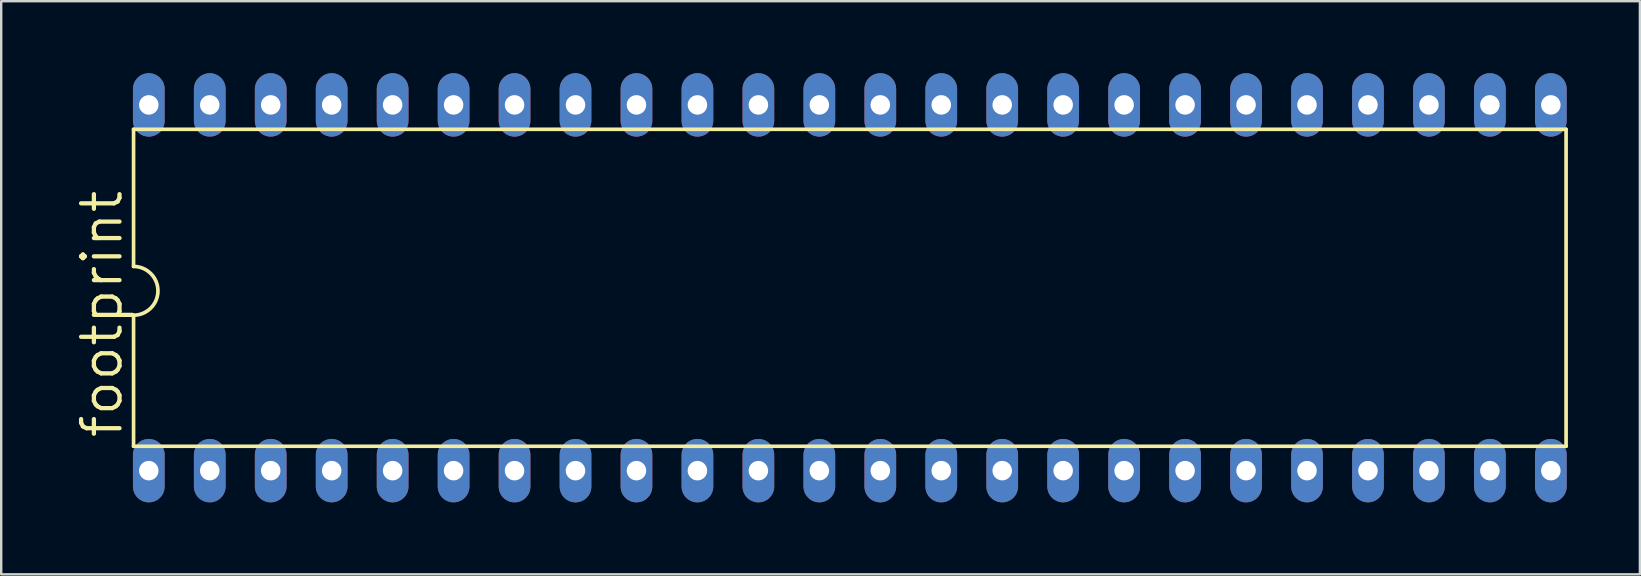
<source format=kicad_pcb>
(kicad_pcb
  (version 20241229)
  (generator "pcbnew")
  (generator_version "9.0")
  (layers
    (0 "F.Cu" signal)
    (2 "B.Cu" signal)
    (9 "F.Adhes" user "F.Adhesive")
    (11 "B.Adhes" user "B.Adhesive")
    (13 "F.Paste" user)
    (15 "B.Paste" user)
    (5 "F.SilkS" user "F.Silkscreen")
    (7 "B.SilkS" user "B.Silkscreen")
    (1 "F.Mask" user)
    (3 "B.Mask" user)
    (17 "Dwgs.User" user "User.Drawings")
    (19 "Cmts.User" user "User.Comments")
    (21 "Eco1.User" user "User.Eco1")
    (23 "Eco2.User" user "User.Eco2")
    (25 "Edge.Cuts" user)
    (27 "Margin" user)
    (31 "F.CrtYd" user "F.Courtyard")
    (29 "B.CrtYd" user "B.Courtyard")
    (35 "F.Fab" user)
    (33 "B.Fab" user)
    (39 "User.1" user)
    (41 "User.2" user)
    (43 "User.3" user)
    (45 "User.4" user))
  (footprint "footprint"
    (layer "F.Cu")
    (at 32.36 8.941)
    (property "Reference" "footprint" (at -30.226 6.35 90) (layer "F.SilkS") (effects (font (size 1.6 1.6) (thickness 0.178)) (justify left bottom)))
    (fp_line (start -29.845 -6.604) (end -29.845 -0.889) (stroke (width 0.152) (type solid)) (layer "F.SilkS"))
    (fp_line (start -29.845 6.604) (end -29.845 1.143) (stroke (width 0.152) (type solid)) (layer "F.SilkS"))
    (fp_line (start -29.845 6.604) (end 29.845 6.604) (stroke (width 0.152) (type solid)) (layer "F.SilkS"))
    (fp_line (start 29.845 -6.604) (end -29.845 -6.604) (stroke (width 0.152) (type solid)) (layer "F.SilkS"))
    (fp_line (start 29.845 6.604) (end 29.845 -6.604) (stroke (width 0.152) (type solid)) (layer "F.SilkS"))
    (fp_arc (start -29.845 -0.889) (mid -28.829 0.127) (end -29.845 1.143) (stroke (width 0.1524) (type solid)) (layer "F.SilkS"))
    (pad "1" thru_hole oval (at -29.21 7.62 90) (size 2.642 1.321) (drill 0.813) (layers "*.Cu" "*.Mask"))
    (pad "2" thru_hole oval (at -26.67 7.62 90) (size 2.642 1.321) (drill 0.813) (layers "*.Cu" "*.Mask"))
    (pad "3" thru_hole oval (at -24.13 7.62 90) (size 2.642 1.321) (drill 0.813) (layers "*.Cu" "*.Mask"))
    (pad "4" thru_hole oval (at -21.59 7.62 90) (size 2.642 1.321) (drill 0.813) (layers "*.Cu" "*.Mask"))
    (pad "5" thru_hole oval (at -19.05 7.62 90) (size 2.642 1.321) (drill 0.813) (layers "*.Cu" "*.Mask"))
    (pad "6" thru_hole oval (at -16.51 7.62 90) (size 2.642 1.321) (drill 0.813) (layers "*.Cu" "*.Mask"))
    (pad "7" thru_hole oval (at -13.97 7.62 90) (size 2.642 1.321) (drill 0.813) (layers "*.Cu" "*.Mask"))
    (pad "8" thru_hole oval (at -11.43 7.62 90) (size 2.642 1.321) (drill 0.813) (layers "*.Cu" "*.Mask"))
    (pad "9" thru_hole oval (at -8.89 7.62 90) (size 2.642 1.321) (drill 0.813) (layers "*.Cu" "*.Mask"))
    (pad "10" thru_hole oval (at -6.35 7.62 90) (size 2.642 1.321) (drill 0.813) (layers "*.Cu" "*.Mask"))
    (pad "11" thru_hole oval (at -3.81 7.62 90) (size 2.642 1.321) (drill 0.813) (layers "*.Cu" "*.Mask"))
    (pad "12" thru_hole oval (at -1.27 7.62 90) (size 2.642 1.321) (drill 0.813) (layers "*.Cu" "*.Mask"))
    (pad "13" thru_hole oval (at 1.27 7.62 90) (size 2.642 1.321) (drill 0.813) (layers "*.Cu" "*.Mask"))
    (pad "14" thru_hole oval (at 3.81 7.62 90) (size 2.642 1.321) (drill 0.813) (layers "*.Cu" "*.Mask"))
    (pad "15" thru_hole oval (at 6.35 7.62 90) (size 2.642 1.321) (drill 0.813) (layers "*.Cu" "*.Mask"))
    (pad "16" thru_hole oval (at 8.89 7.62 90) (size 2.642 1.321) (drill 0.813) (layers "*.Cu" "*.Mask"))
    (pad "17" thru_hole oval (at 11.43 7.62 90) (size 2.642 1.321) (drill 0.813) (layers "*.Cu" "*.Mask"))
    (pad "18" thru_hole oval (at 13.97 7.62 90) (size 2.642 1.321) (drill 0.813) (layers "*.Cu" "*.Mask"))
    (pad "19" thru_hole oval (at 16.51 7.62 90) (size 2.642 1.321) (drill 0.813) (layers "*.Cu" "*.Mask"))
    (pad "20" thru_hole oval (at 19.05 7.62 90) (size 2.642 1.321) (drill 0.813) (layers "*.Cu" "*.Mask"))
    (pad "21" thru_hole oval (at 21.59 7.62 90) (size 2.642 1.321) (drill 0.813) (layers "*.Cu" "*.Mask"))
    (pad "22" thru_hole oval (at 24.13 7.62 90) (size 2.642 1.321) (drill 0.813) (layers "*.Cu" "*.Mask"))
    (pad "23" thru_hole oval (at 26.67 7.62 90) (size 2.642 1.321) (drill 0.813) (layers "*.Cu" "*.Mask"))
    (pad "24" thru_hole oval (at 29.21 7.62 90) (size 2.642 1.321) (drill 0.813) (layers "*.Cu" "*.Mask"))
    (pad "25" thru_hole oval (at 29.21 -7.62 90) (size 2.642 1.321) (drill 0.813) (layers "*.Cu" "*.Mask"))
    (pad "26" thru_hole oval (at 26.67 -7.62 90) (size 2.642 1.321) (drill 0.813) (layers "*.Cu" "*.Mask"))
    (pad "27" thru_hole oval (at 24.13 -7.62 90) (size 2.642 1.321) (drill 0.813) (layers "*.Cu" "*.Mask"))
    (pad "28" thru_hole oval (at 21.59 -7.62 90) (size 2.642 1.321) (drill 0.813) (layers "*.Cu" "*.Mask"))
    (pad "29" thru_hole oval (at 19.05 -7.62 90) (size 2.642 1.321) (drill 0.813) (layers "*.Cu" "*.Mask"))
    (pad "30" thru_hole oval (at 16.51 -7.62 90) (size 2.642 1.321) (drill 0.813) (layers "*.Cu" "*.Mask"))
    (pad "31" thru_hole oval (at 13.97 -7.62 90) (size 2.642 1.321) (drill 0.813) (layers "*.Cu" "*.Mask"))
    (pad "32" thru_hole oval (at 11.43 -7.62 90) (size 2.642 1.321) (drill 0.813) (layers "*.Cu" "*.Mask"))
    (pad "33" thru_hole oval (at 8.89 -7.62 90) (size 2.642 1.321) (drill 0.813) (layers "*.Cu" "*.Mask"))
    (pad "34" thru_hole oval (at 6.35 -7.62 90) (size 2.642 1.321) (drill 0.813) (layers "*.Cu" "*.Mask"))
    (pad "35" thru_hole oval (at 3.81 -7.62 90) (size 2.642 1.321) (drill 0.813) (layers "*.Cu" "*.Mask"))
    (pad "36" thru_hole oval (at 1.27 -7.62 90) (size 2.642 1.321) (drill 0.813) (layers "*.Cu" "*.Mask"))
    (pad "37" thru_hole oval (at -1.27 -7.62 90) (size 2.642 1.321) (drill 0.813) (layers "*.Cu" "*.Mask"))
    (pad "38" thru_hole oval (at -3.81 -7.62 90) (size 2.642 1.321) (drill 0.813) (layers "*.Cu" "*.Mask"))
    (pad "39" thru_hole oval (at -6.35 -7.62 90) (size 2.642 1.321) (drill 0.813) (layers "*.Cu" "*.Mask"))
    (pad "40" thru_hole oval (at -8.89 -7.62 90) (size 2.642 1.321) (drill 0.813) (layers "*.Cu" "*.Mask"))
    (pad "41" thru_hole oval (at -11.43 -7.62 90) (size 2.642 1.321) (drill 0.813) (layers "*.Cu" "*.Mask"))
    (pad "42" thru_hole oval (at -13.97 -7.62 90) (size 2.642 1.321) (drill 0.813) (layers "*.Cu" "*.Mask"))
    (pad "43" thru_hole oval (at -16.51 -7.62 90) (size 2.642 1.321) (drill 0.813) (layers "*.Cu" "*.Mask"))
    (pad "44" thru_hole oval (at -19.05 -7.62 90) (size 2.642 1.321) (drill 0.813) (layers "*.Cu" "*.Mask"))
    (pad "45" thru_hole oval (at -21.59 -7.62 90) (size 2.642 1.321) (drill 0.813) (layers "*.Cu" "*.Mask"))
    (pad "46" thru_hole oval (at -24.13 -7.62 90) (size 2.642 1.321) (drill 0.813) (layers "*.Cu" "*.Mask"))
    (pad "47" thru_hole oval (at -26.67 -7.62 90) (size 2.642 1.321) (drill 0.813) (layers "*.Cu" "*.Mask"))
    (pad "48" thru_hole oval (at -29.21 -7.62 90) (size 2.642 1.321) (drill 0.813) (layers "*.Cu" "*.Mask")))
  (gr_rect
    (start -3 -3)
    (end 65.281 20.882)
    (stroke (width 0.1) (type default))
    (fill no)
    (layer "Edge.Cuts")))
</source>
